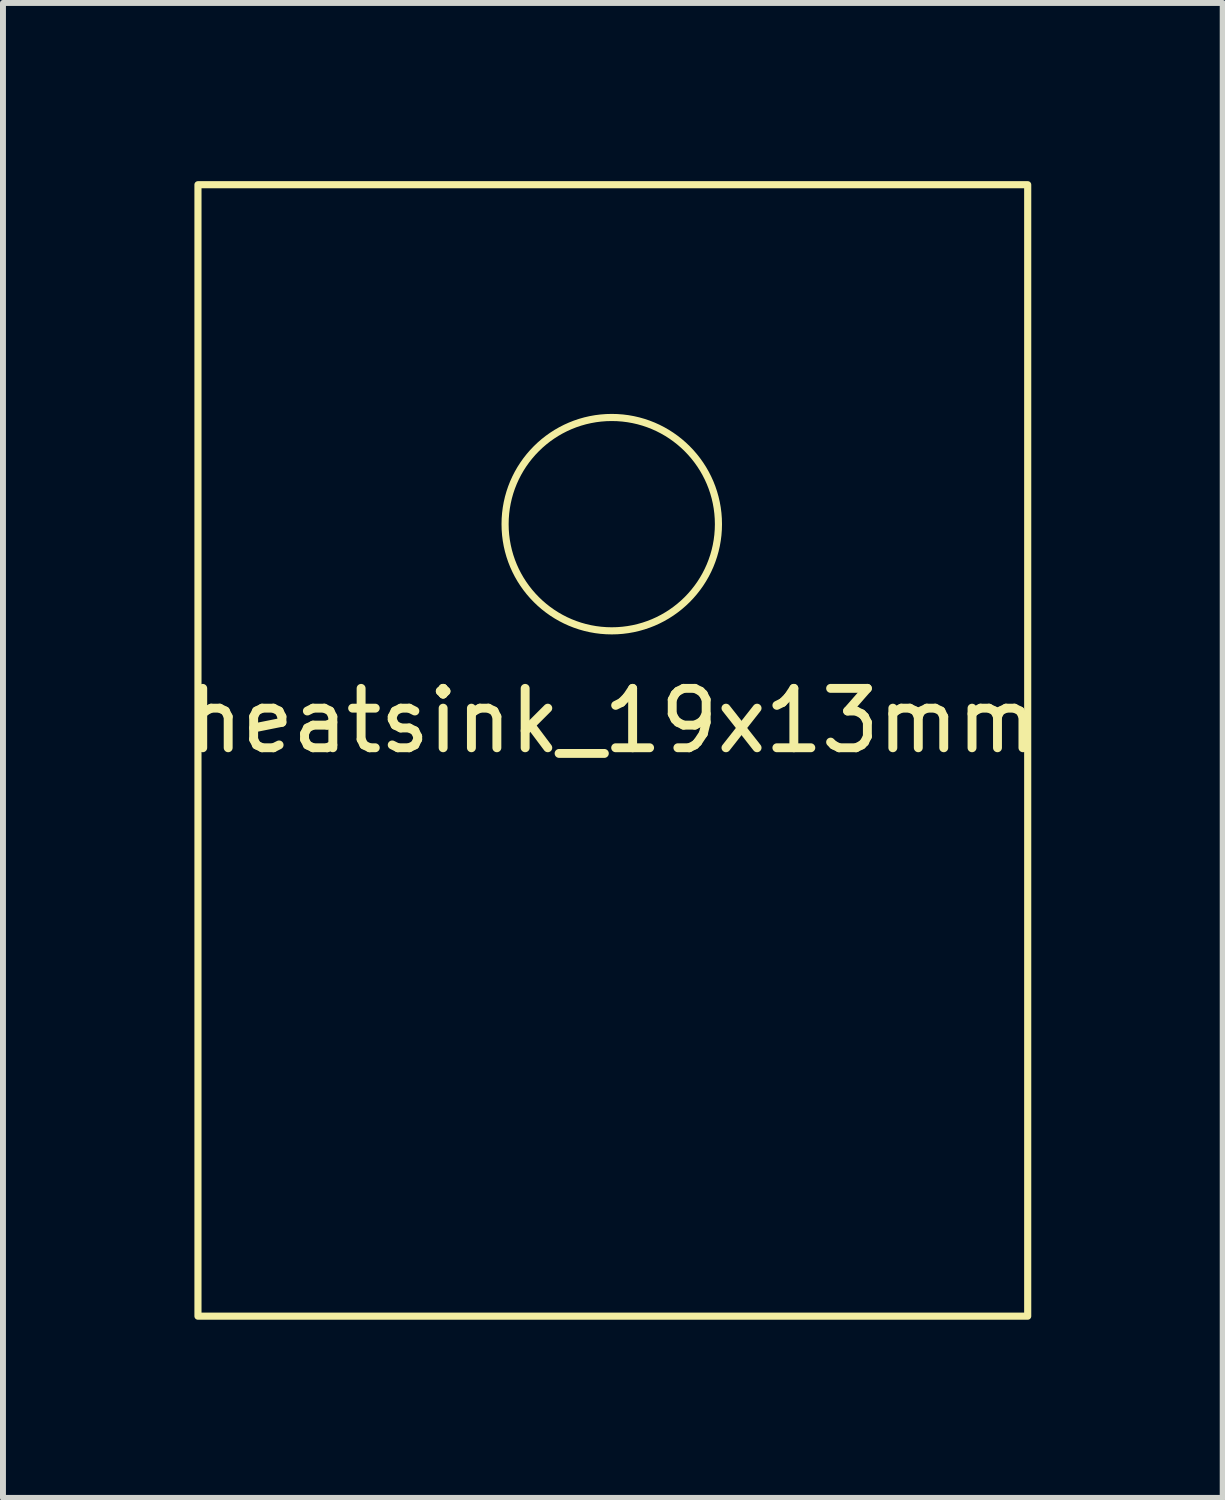
<source format=kicad_pcb>
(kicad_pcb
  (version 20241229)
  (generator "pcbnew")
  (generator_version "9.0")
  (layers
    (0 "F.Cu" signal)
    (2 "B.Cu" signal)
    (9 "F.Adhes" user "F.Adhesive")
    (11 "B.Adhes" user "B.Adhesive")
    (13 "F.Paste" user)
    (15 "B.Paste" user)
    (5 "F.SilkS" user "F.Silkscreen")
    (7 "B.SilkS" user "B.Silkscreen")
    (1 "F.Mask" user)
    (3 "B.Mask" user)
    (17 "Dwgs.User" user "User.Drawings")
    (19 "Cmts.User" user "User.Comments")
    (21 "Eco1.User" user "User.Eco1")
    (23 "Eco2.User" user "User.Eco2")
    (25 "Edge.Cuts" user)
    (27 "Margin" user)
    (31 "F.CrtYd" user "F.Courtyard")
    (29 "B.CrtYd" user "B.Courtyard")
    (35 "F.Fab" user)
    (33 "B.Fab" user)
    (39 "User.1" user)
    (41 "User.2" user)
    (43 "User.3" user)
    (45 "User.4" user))
  (footprint "heatsink_19x13mm"
    (layer "F.Cu")
    (at 7.268 9.585)
    (property "Reference" "heatsink_19x13mm" (at 0 -0.5 0) (unlocked yes) (layer "F.SilkS") (effects (font (size 1 1) (thickness 0.15))))
    (attr through_hole)
    (fp_rect (start -6.985 -9.525) (end 6.985 9.525) (stroke (width 0.12) (type solid)) (fill no) (layer "F.SilkS"))
    (fp_circle (center -0.018 -3.81) (end -1.288 -2.54) (stroke (width 0.12) (type solid)) (fill no) (layer "F.SilkS")))
  (gr_rect
    (start -3 -3)
    (end 17.536 22.17)
    (stroke (width 0.1) (type default))
    (fill no)
    (layer "Edge.Cuts")))
</source>
